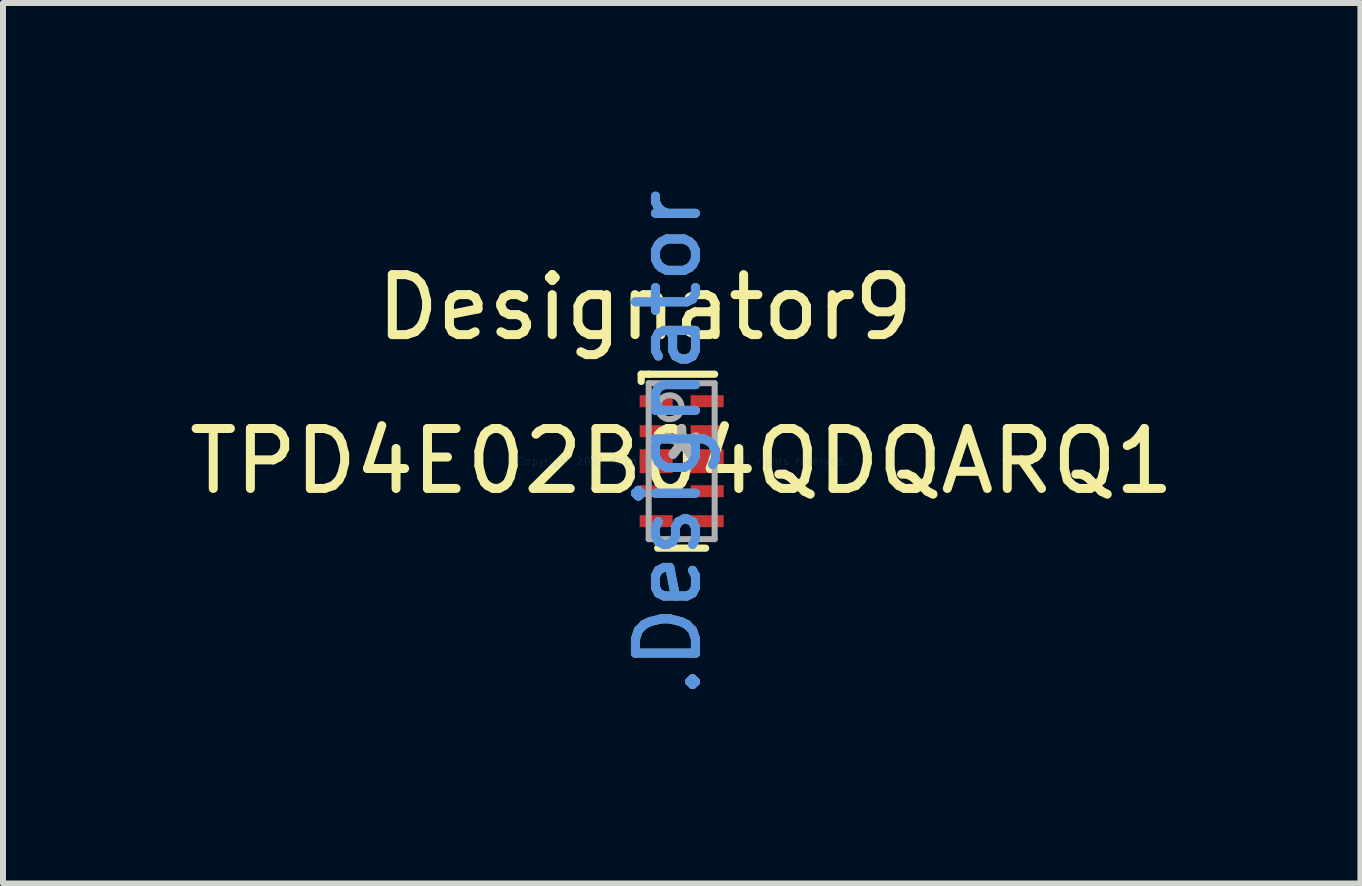
<source format=kicad_pcb>
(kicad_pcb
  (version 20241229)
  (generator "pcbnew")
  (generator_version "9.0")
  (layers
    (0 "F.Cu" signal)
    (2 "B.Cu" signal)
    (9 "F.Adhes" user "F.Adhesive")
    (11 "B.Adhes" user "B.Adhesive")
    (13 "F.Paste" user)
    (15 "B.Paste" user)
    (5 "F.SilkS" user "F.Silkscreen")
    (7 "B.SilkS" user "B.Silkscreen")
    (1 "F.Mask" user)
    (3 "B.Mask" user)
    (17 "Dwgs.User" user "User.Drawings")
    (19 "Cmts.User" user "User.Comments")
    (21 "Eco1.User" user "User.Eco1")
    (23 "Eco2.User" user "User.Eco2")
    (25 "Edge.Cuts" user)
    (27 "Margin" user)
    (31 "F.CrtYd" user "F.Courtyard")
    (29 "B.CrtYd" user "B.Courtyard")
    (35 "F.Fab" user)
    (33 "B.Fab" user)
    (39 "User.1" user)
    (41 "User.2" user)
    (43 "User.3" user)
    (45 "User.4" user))
  (footprint "TPD4E02B04QDQARQ1"
    (layer "F.Cu")
    (at 8.315 4.639)
    (property "Reference" "TPD4E02B04QDQARQ1" (at 0 0 0) (layer "F.SilkS") (effects (font (size 1 1) (thickness 0.15))))
    (attr through_hole)
    (fp_line (start -0.675 -1.45) (end -0.55 -1.45) (stroke (width 0.12) (type solid)) (layer "F.SilkS"))
    (fp_line (start -0.675 -1.33) (end -0.675 -1.45) (stroke (width 0.12) (type solid)) (layer "F.SilkS"))
    (fp_line (start -0.55 -1.45) (end 0.55 -1.45) (stroke (width 0.12) (type solid)) (layer "F.SilkS"))
    (fp_line (start -0.4 1.45) (end 0.4 1.45) (stroke (width 0.12) (type solid)) (layer "F.SilkS"))
    (fp_line (start -0.55 -1.3) (end 0.55 -1.3) (stroke (width 0.1) (type solid)) (layer "F.Fab"))
    (fp_line (start -0.55 1.3) (end -0.55 -1.3) (stroke (width 0.1) (type solid)) (layer "F.Fab"))
    (fp_line (start -0.55 1.3) (end 0.55 1.3) (stroke (width 0.1) (type solid)) (layer "F.Fab"))
    (fp_line (start 0.55 1.3) (end 0.55 -1.3) (stroke (width 0.1) (type solid)) (layer "F.Fab"))
    (fp_circle (center -0.2 -0.9) (end 0 -0.9) (stroke (width 0.1) (type solid)) (fill no) (layer "F.Fab"))
    (fp_text user "Designator9" (at -0.61 -2.565 0) (layer "F.SilkS") (effects (font (size 1 1) (thickness 0.15))))
    (fp_text user "*" (at 0 0 0) (layer "F.SilkS") (effects (font (size 1 1) (thickness 0.15))))
    (fp_text user ".Designator" (at -0.225 -0.3 270) (layer "Cmts.User") (effects (font (size 1 1) (thickness 0.15))))
    (fp_text user "Copyright 2021 Accelerated Designs. All rights reserved." (at 0 0 0) (layer "Cmts.User") (effects (font (size 0.127 0.127) (thickness 0.002))))
    (fp_text user "*" (at 0 0 0) (layer "F.Fab") (effects (font (size 1 1) (thickness 0.15))))
    (fp_text user ".Designator" (at -0.225 -0.3 270) (layer "F.Fab") (effects (font (size 1 1) (thickness 0.15))))
    (pad "1" smd rect (at -0.425 -1 90) (size 0.2 0.55) (layers "F.Cu" "F.Mask" "F.Paste"))
    (pad "2" smd rect (at -0.425 -0.5 90) (size 0.2 0.55) (layers "F.Cu" "F.Mask" "F.Paste"))
    (pad "3" smd rect (at -0.425 -0.000003 90) (size 0.4 0.55) (layers "F.Cu" "F.Mask" "F.Paste"))
    (pad "4" smd rect (at -0.425 0.5 90) (size 0.2 0.55) (layers "F.Cu" "F.Mask" "F.Paste"))
    (pad "5" smd rect (at -0.425 1 90) (size 0.2 0.55) (layers "F.Cu" "F.Mask" "F.Paste"))
    (pad "6" smd rect (at 0.425 1 90) (size 0.2 0.55) (layers "F.Cu" "F.Mask" "F.Paste"))
    (pad "7" smd rect (at 0.425 0.5 90) (size 0.2 0.55) (layers "F.Cu" "F.Mask" "F.Paste"))
    (pad "8" smd rect (at 0.425 -0.000003 90) (size 0.4 0.55) (layers "F.Cu" "F.Mask" "F.Paste"))
    (pad "9" smd rect (at 0.425 -0.5 90) (size 0.2 0.55) (layers "F.Cu" "F.Mask" "F.Paste"))
    (pad "10" smd rect (at 0.425 -1 90) (size 0.2 0.55) (layers "F.Cu" "F.Mask" "F.Paste")))
  (gr_rect
    (start -3 -3)
    (end 19.631 11.679)
    (stroke (width 0.1) (type default))
    (fill no)
    (layer "Edge.Cuts")))
</source>
